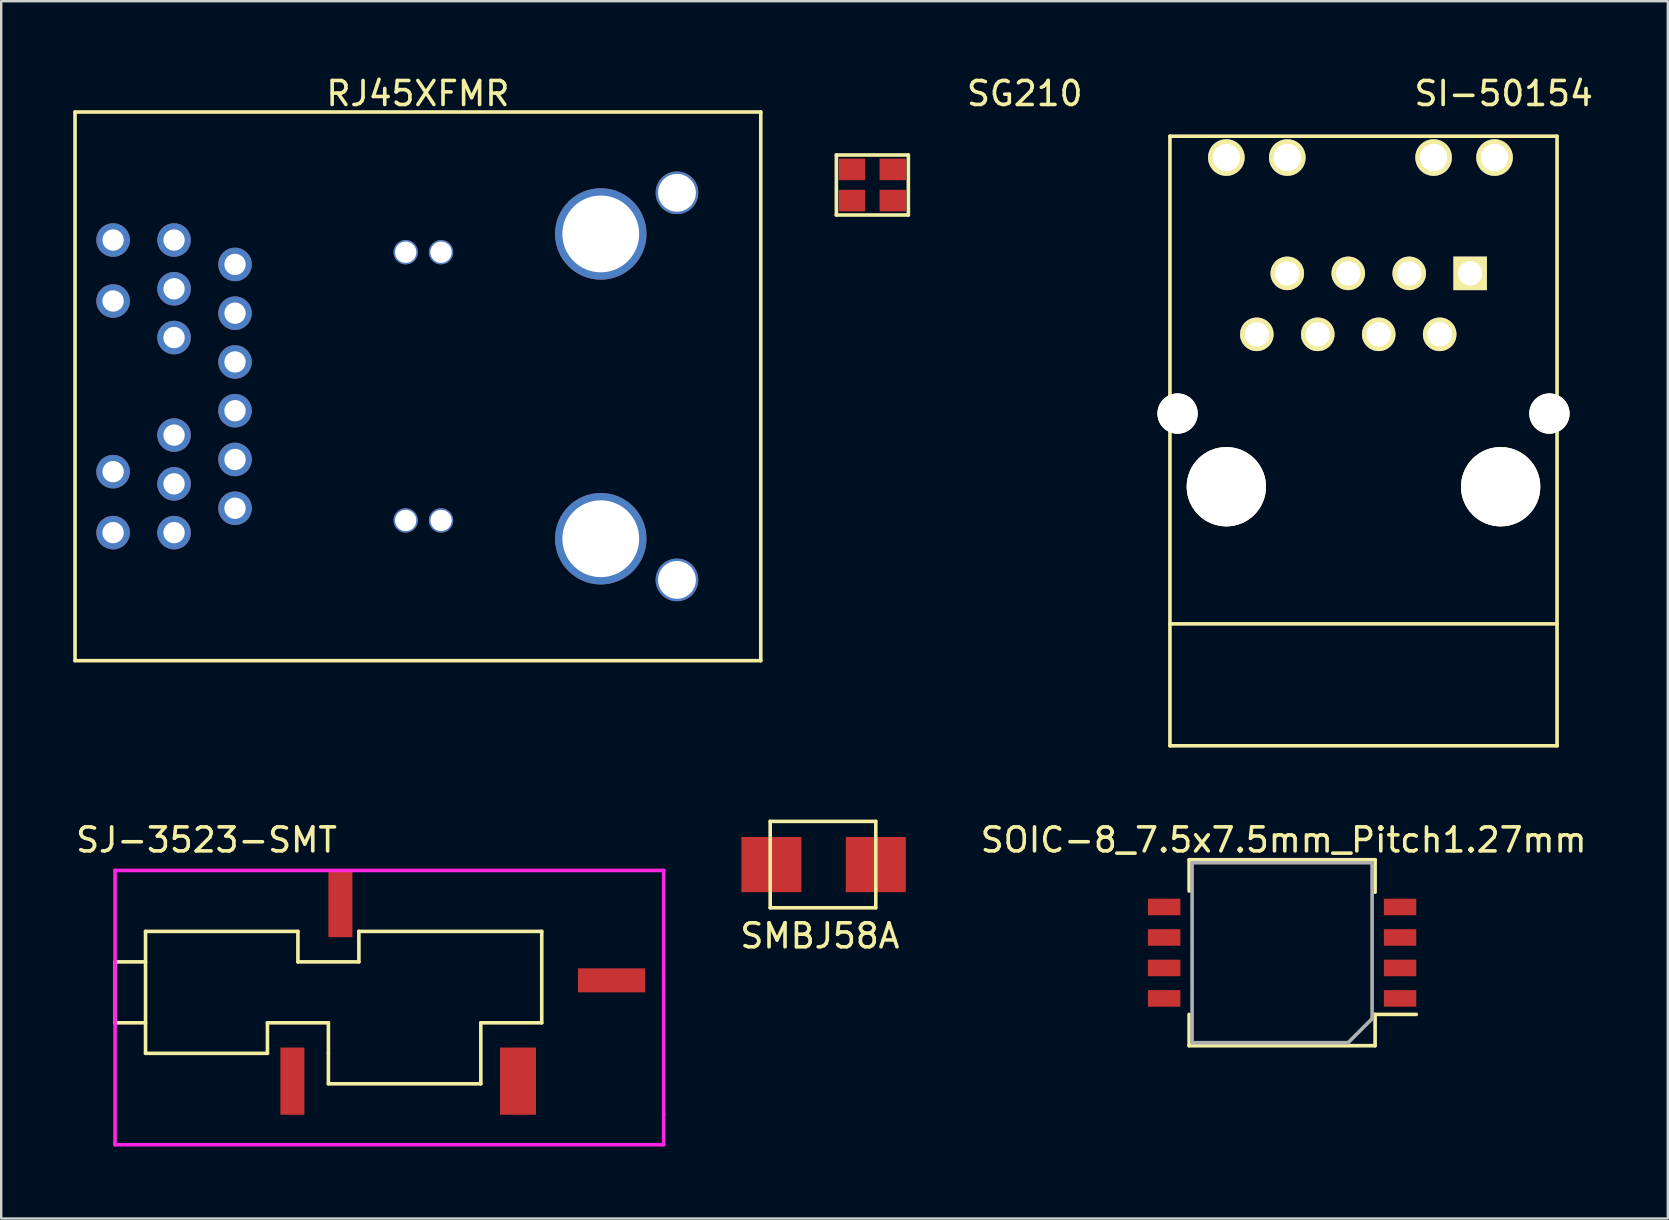
<source format=kicad_pcb>
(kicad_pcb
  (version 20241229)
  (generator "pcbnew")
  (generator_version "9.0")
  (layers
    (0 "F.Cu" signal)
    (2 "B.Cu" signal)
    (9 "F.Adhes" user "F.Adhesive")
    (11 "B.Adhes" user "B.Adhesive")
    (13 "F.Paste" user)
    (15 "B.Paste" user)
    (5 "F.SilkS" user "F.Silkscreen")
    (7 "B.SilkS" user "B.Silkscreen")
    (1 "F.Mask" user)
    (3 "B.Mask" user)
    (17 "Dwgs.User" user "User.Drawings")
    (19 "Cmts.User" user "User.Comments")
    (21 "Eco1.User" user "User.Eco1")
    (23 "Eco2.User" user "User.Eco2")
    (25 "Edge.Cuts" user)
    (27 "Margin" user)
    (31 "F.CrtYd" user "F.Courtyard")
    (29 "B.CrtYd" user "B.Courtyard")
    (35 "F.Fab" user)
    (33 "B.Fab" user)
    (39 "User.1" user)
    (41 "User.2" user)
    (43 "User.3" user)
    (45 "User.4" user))
  (footprint "RJ45XFMR"
    (layer "F.Cu")
    (at 14.363 13.048)
    (property "Reference" "RJ45XFMR" (at 0 -12.2 0) (layer "F.SilkS") (effects (font (size 1 1) (thickness 0.15))))
    (attr through_hole)
    (fp_line (start -14.287 -11.43) (end 14.287 -11.43) (stroke (width 0.15) (type solid)) (layer "F.SilkS"))
    (fp_line (start -14.287 11.43) (end -14.287 -11.43) (stroke (width 0.15) (type solid)) (layer "F.SilkS"))
    (fp_line (start -14.287 11.43) (end 14.287 11.43) (stroke (width 0.15) (type solid)) (layer "F.SilkS"))
    (fp_line (start 14.287 -11.43) (end 14.287 11.43) (stroke (width 0.15) (type solid)) (layer "F.SilkS"))
    (pad "1" thru_hole circle (at -7.62 -5.08) (size 1.397 1.397) (drill 0.889) (layers "*.Cu" "*.Mask"))
    (pad "2" thru_hole circle (at -7.62 -3.048) (size 1.397 1.397) (drill 0.889) (layers "*.Cu" "*.Mask"))
    (pad "3" thru_hole circle (at -7.62 -1.016) (size 1.397 1.397) (drill 0.889) (layers "*.Cu" "*.Mask"))
    (pad "4" thru_hole circle (at -7.62 1.016) (size 1.397 1.397) (drill 0.889) (layers "*.Cu" "*.Mask"))
    (pad "5" thru_hole circle (at -7.62 3.048) (size 1.397 1.397) (drill 0.889) (layers "*.Cu" "*.Mask"))
    (pad "6" thru_hole circle (at -7.62 5.08) (size 1.397 1.397) (drill 0.889) (layers "*.Cu" "*.Mask"))
    (pad "7" thru_hole circle (at -10.16 -6.096) (size 1.397 1.397) (drill 0.889) (layers "*.Cu" "*.Mask"))
    (pad "8" thru_hole circle (at -10.16 -4.064) (size 1.397 1.397) (drill 0.889) (layers "*.Cu" "*.Mask"))
    (pad "9" thru_hole circle (at -10.16 -2.032) (size 1.397 1.397) (drill 0.889) (layers "*.Cu" "*.Mask"))
    (pad "10" thru_hole circle (at -10.16 2.032) (size 1.397 1.397) (drill 0.889) (layers "*.Cu" "*.Mask"))
    (pad "11" thru_hole circle (at -10.16 4.064) (size 1.397 1.397) (drill 0.889) (layers "*.Cu" "*.Mask"))
    (pad "12" thru_hole circle (at -10.16 6.096) (size 1.397 1.397) (drill 0.889) (layers "*.Cu" "*.Mask"))
    (pad "13" thru_hole circle (at -12.7 -6.096) (size 1.397 1.397) (drill 0.889) (layers "*.Cu" "*.Mask"))
    (pad "14" thru_hole circle (at -12.7 -3.556) (size 1.397 1.397) (drill 0.889) (layers "*.Cu" "*.Mask"))
    (pad "15" thru_hole circle (at -12.7 3.556) (size 1.397 1.397) (drill 0.889) (layers "*.Cu" "*.Mask"))
    (pad "16" thru_hole circle (at -12.7 6.096) (size 1.397 1.397) (drill 0.889) (layers "*.Cu" "*.Mask"))
    (pad "17" thru_hole circle (at -0.508 -5.588) (size 1.016 1.016) (drill 0.889) (layers "*.Cu" "*.Mask"))
    (pad "18" thru_hole circle (at -0.508 5.588) (size 1.016 1.016) (drill 0.889) (layers "*.Cu" "*.Mask"))
    (pad "19" thru_hole circle (at 0.965 -5.588) (size 1.016 1.016) (drill 0.889) (layers "*.Cu" "*.Mask"))
    (pad "20" thru_hole circle (at 0.965 5.588) (size 1.016 1.016) (drill 0.889) (layers "*.Cu" "*.Mask"))
    (pad "22" thru_hole circle (at 7.62 -6.35) (size 3.81 3.81) (drill 3.2) (layers "*.Cu" "*.Mask"))
    (pad "22" thru_hole circle (at 7.62 6.35) (size 3.81 3.81) (drill 3.2) (layers "*.Cu" "*.Mask"))
    (pad "22" thru_hole circle (at 10.795 -8.065) (size 1.778 1.778) (drill 1.575) (layers "*.Cu" "*.Mask"))
    (pad "22" thru_hole circle (at 10.795 8.065) (size 1.778 1.778) (drill 1.575) (layers "*.Cu" "*.Mask")))
  (footprint "SG210"
    (layer "F.Cu")
    (at 33.3 4.658)
    (property "Reference" "SG210" (at 6.35 -3.81 0) (layer "F.SilkS") (effects (font (size 1 1) (thickness 0.15))))
    (attr through_hole)
    (fp_line (start -1.5 -1.25) (end -1.5 1.25) (stroke (width 0.15) (type solid)) (layer "F.SilkS"))
    (fp_line (start -1.5 -1.25) (end 1.5 -1.25) (stroke (width 0.15) (type solid)) (layer "F.SilkS"))
    (fp_line (start 1.5 -1.25) (end 1.5 1.25) (stroke (width 0.15) (type solid)) (layer "F.SilkS"))
    (fp_line (start 1.5 1.25) (end -1.5 1.25) (stroke (width 0.15) (type solid)) (layer "F.SilkS"))
    (pad "1" smd rect (at -0.85 0.65) (size 1.1 0.9) (layers "F.Cu" "F.Mask" "F.Paste"))
    (pad "2" smd rect (at 0.85 0.65) (size 1.1 0.9) (layers "F.Cu" "F.Mask" "F.Paste"))
    (pad "3" smd rect (at 0.85 -0.65) (size 1.1 0.9) (layers "F.Cu" "F.Mask" "F.Paste"))
    (pad "4" smd rect (at -0.85 -0.65) (size 1.1 0.9) (layers "F.Cu" "F.Mask" "F.Paste")))
  (footprint "SMBJ58A"
    (layer "F.Cu")
    (at 31.243 32.976)
    (property "Reference" "SMBJ58A" (at -0.13 2.97 0) (layer "F.SilkS") (effects (font (size 1 1) (thickness 0.15))))
    (attr through_hole)
    (fp_line (start -2.2 -1.8) (end 2.2 -1.8) (stroke (width 0.15) (type solid)) (layer "F.SilkS"))
    (fp_line (start -2.2 1.8) (end -2.2 -1.8) (stroke (width 0.15) (type solid)) (layer "F.SilkS"))
    (fp_line (start 2.2 -1.8) (end 2.2 1.8) (stroke (width 0.15) (type solid)) (layer "F.SilkS"))
    (fp_line (start 2.2 1.8) (end -2.2 1.8) (stroke (width 0.15) (type solid)) (layer "F.SilkS"))
    (pad "1" connect rect (at 2.2 0) (size 2.5 2.3) (layers "F.Cu" "F.Mask"))
    (pad "2" connect rect (at -2.15 0) (size 2.5 2.3) (layers "F.Cu" "F.Mask")))
  (footprint "SI-50154"
    (layer "F.Cu")
    (at 53.765 15.326)
    (property "Reference" "SI-50154" (at 5.842 -14.478 0) (layer "F.SilkS") (effects (font (size 1 1) (thickness 0.15))))
    (attr through_hole)
    (fp_line (start -8.065 -12.7) (end -8.065 12.7) (stroke (width 0.15) (type solid)) (layer "F.SilkS"))
    (fp_line (start 8.065 -12.7) (end -8.065 -12.7) (stroke (width 0.15) (type solid)) (layer "F.SilkS"))
    (fp_line (start 8.065 -12.7) (end 8.065 12.7) (stroke (width 0.15) (type solid)) (layer "F.SilkS"))
    (fp_line (start 8.065 7.62) (end -8.065 7.62) (stroke (width 0.15) (type solid)) (layer "F.SilkS"))
    (fp_line (start 8.065 12.7) (end -8.065 12.7) (stroke (width 0.15) (type solid)) (layer "F.SilkS"))
    (pad "" thru_hole circle (at -7.747 -1.143) (size 1.676 1.676) (drill 1.676) (layers "*.Cu" "*.Mask" "F.SilkS"))
    (pad "" thru_hole circle (at -5.715 1.905) (size 3.302 3.302) (drill 3.302) (layers "*.Cu" "*.Mask" "F.SilkS"))
    (pad "" thru_hole circle (at 5.715 1.905) (size 3.302 3.302) (drill 3.302) (layers "*.Cu" "*.Mask" "F.SilkS"))
    (pad "" thru_hole circle (at 7.747 -1.143) (size 1.676 1.676) (drill 1.676) (layers "*.Cu" "*.Mask" "F.SilkS"))
    (pad "1" thru_hole rect (at 4.445 -6.985) (size 1.397 1.397) (drill 1.016) (layers "*.Cu" "*.Mask" "F.SilkS"))
    (pad "2" thru_hole circle (at 3.175 -4.445) (size 1.397 1.397) (drill 1.016) (layers "*.Cu" "*.Mask" "F.SilkS"))
    (pad "3" thru_hole circle (at 1.905 -6.985) (size 1.397 1.397) (drill 1.016) (layers "*.Cu" "*.Mask" "F.SilkS"))
    (pad "4" thru_hole circle (at 0.635 -4.445) (size 1.397 1.397) (drill 1.016) (layers "*.Cu" "*.Mask" "F.SilkS"))
    (pad "5" thru_hole circle (at -0.635 -6.985) (size 1.397 1.397) (drill 1.016) (layers "*.Cu" "*.Mask" "F.SilkS"))
    (pad "6" thru_hole circle (at -1.905 -4.445) (size 1.397 1.397) (drill 1.016) (layers "*.Cu" "*.Mask" "F.SilkS"))
    (pad "7" thru_hole circle (at -3.175 -6.985) (size 1.397 1.397) (drill 1.016) (layers "*.Cu" "*.Mask" "F.SilkS"))
    (pad "8" thru_hole circle (at -4.445 -4.445) (size 1.397 1.397) (drill 1.016) (layers "*.Cu" "*.Mask" "F.SilkS"))
    (pad "9" thru_hole circle (at 5.461 -11.811) (size 1.524 1.524) (drill 1.143) (layers "*.Cu" "*.Mask" "F.SilkS"))
    (pad "10" thru_hole circle (at 2.921 -11.811) (size 1.524 1.524) (drill 1.143) (layers "*.Cu" "*.Mask" "F.SilkS"))
    (pad "11" thru_hole circle (at -3.175 -11.811) (size 1.524 1.524) (drill 1.143) (layers "*.Cu" "*.Mask" "F.SilkS"))
    (pad "12" thru_hole circle (at -5.715 -11.811) (size 1.524 1.524) (drill 1.143) (layers "*.Cu" "*.Mask" "F.SilkS")))
  (footprint "SOIC-8_7.5x7.5mm_Pitch1.27mm"
    (layer "F.Cu")
    (at 50.374 36.648)
    (property "Reference" "SOIC-8_7.5x7.5mm_Pitch1.27mm" (at 0.064 -4.699 0) (layer "F.SilkS") (effects (font (size 1 1) (thickness 0.15))))
    (attr through_hole)
    (fp_line (start -3.875 -3.875) (end -3.875 -2.57) (stroke (width 0.15) (type solid)) (layer "F.SilkS"))
    (fp_line (start -3.875 3.875) (end -3.875 2.57) (stroke (width 0.15) (type solid)) (layer "F.SilkS"))
    (fp_line (start 3.875 -3.875) (end -3.875 -3.875) (stroke (width 0.15) (type solid)) (layer "F.SilkS"))
    (fp_line (start 3.875 -3.875) (end 3.875 -2.52) (stroke (width 0.15) (type solid)) (layer "F.SilkS"))
    (fp_line (start 3.875 2.57) (end 5.59 2.57) (stroke (width 0.15) (type solid)) (layer "F.SilkS"))
    (fp_line (start 3.875 3.875) (end -3.875 3.875) (stroke (width 0.15) (type solid)) (layer "F.SilkS"))
    (fp_line (start 3.875 3.875) (end 3.875 2.57) (stroke (width 0.15) (type solid)) (layer "F.SilkS"))
    (fp_line (start -3.75 -3.75) (end -3.75 3.75) (stroke (width 0.15) (type solid)) (layer "F.Fab"))
    (fp_line (start -3.75 -3.75) (end 3.75 -3.75) (stroke (width 0.15) (type solid)) (layer "F.Fab"))
    (fp_line (start 2.75 3.75) (end -3.75 3.75) (stroke (width 0.15) (type solid)) (layer "F.Fab"))
    (fp_line (start 2.75 3.75) (end 3.75 2.75) (stroke (width 0.15) (type solid)) (layer "F.Fab"))
    (fp_line (start 3.75 -3.75) (end 3.75 2.75) (stroke (width 0.15) (type solid)) (layer "F.Fab"))
    (pad "1" smd rect (at 4.915 1.905) (size 1.35 0.69) (layers "F.Cu" "F.Mask" "F.Paste"))
    (pad "2" smd rect (at 4.915 0.635) (size 1.35 0.69) (layers "F.Cu" "F.Mask" "F.Paste"))
    (pad "3" smd rect (at 4.915 -0.635) (size 1.35 0.69) (layers "F.Cu" "F.Mask" "F.Paste"))
    (pad "4" smd rect (at 4.915 -1.905) (size 1.35 0.69) (layers "F.Cu" "F.Mask" "F.Paste"))
    (pad "5" smd rect (at -4.915 -1.905) (size 1.35 0.69) (layers "F.Cu" "F.Mask" "F.Paste"))
    (pad "6" smd rect (at -4.915 -0.635) (size 1.35 0.69) (layers "F.Cu" "F.Mask" "F.Paste"))
    (pad "7" smd rect (at -4.915 0.635) (size 1.35 0.69) (layers "F.Cu" "F.Mask" "F.Paste"))
    (pad "8" smd rect (at -4.915 1.905) (size 1.35 0.69) (layers "F.Cu" "F.Mask" "F.Paste")))
  (footprint "SJ-3523-SMT"
    (layer "F.Cu")
    (at 10.634 38.3)
    (property "Reference" "SJ-3523-SMT" (at -5.08 -6.35 0) (layer "F.SilkS") (effects (font (size 1 1) (thickness 0.15))))
    (attr through_hole)
    (fp_line (start -8.89 -1.27) (end -8.89 1.27) (stroke (width 0.15) (type solid)) (layer "F.SilkS"))
    (fp_line (start -8.89 1.27) (end -7.62 1.27) (stroke (width 0.15) (type solid)) (layer "F.SilkS"))
    (fp_line (start -7.62 -2.54) (end -7.62 2.54) (stroke (width 0.15) (type solid)) (layer "F.SilkS"))
    (fp_line (start -7.62 -1.27) (end -8.89 -1.27) (stroke (width 0.15) (type solid)) (layer "F.SilkS"))
    (fp_line (start -7.62 2.54) (end -2.54 2.54) (stroke (width 0.15) (type solid)) (layer "F.SilkS"))
    (fp_line (start -2.54 1.27) (end 0 1.27) (stroke (width 0.15) (type solid)) (layer "F.SilkS"))
    (fp_line (start -2.54 2.54) (end -2.54 1.27) (stroke (width 0.15) (type solid)) (layer "F.SilkS"))
    (fp_line (start -1.27 -2.54) (end -7.62 -2.54) (stroke (width 0.15) (type solid)) (layer "F.SilkS"))
    (fp_line (start -1.27 -1.27) (end -1.27 -2.54) (stroke (width 0.15) (type solid)) (layer "F.SilkS"))
    (fp_line (start 0 1.27) (end 0 2.54) (stroke (width 0.15) (type solid)) (layer "F.SilkS"))
    (fp_line (start 0 2.54) (end 0 3.81) (stroke (width 0.15) (type solid)) (layer "F.SilkS"))
    (fp_line (start 0 3.81) (end 6.35 3.81) (stroke (width 0.15) (type solid)) (layer "F.SilkS"))
    (fp_line (start 1.27 -2.54) (end 1.27 -1.27) (stroke (width 0.15) (type solid)) (layer "F.SilkS"))
    (fp_line (start 1.27 -1.27) (end -1.27 -1.27) (stroke (width 0.15) (type solid)) (layer "F.SilkS"))
    (fp_line (start 6.35 1.27) (end 8.89 1.27) (stroke (width 0.15) (type solid)) (layer "F.SilkS"))
    (fp_line (start 6.35 3.81) (end 6.35 1.27) (stroke (width 0.15) (type solid)) (layer "F.SilkS"))
    (fp_line (start 8.89 -2.54) (end 1.27 -2.54) (stroke (width 0.15) (type solid)) (layer "F.SilkS"))
    (fp_line (start 8.89 1.27) (end 8.89 -2.54) (stroke (width 0.15) (type solid)) (layer "F.SilkS"))
    (fp_line (start -8.89 -5.08) (end 13.97 -5.08) (stroke (width 0.15) (type solid)) (layer "F.CrtYd"))
    (fp_line (start -8.89 6.35) (end -8.89 -5.08) (stroke (width 0.15) (type solid)) (layer "F.CrtYd"))
    (fp_line (start 13.97 -5.08) (end 13.97 5.08) (stroke (width 0.15) (type solid)) (layer "F.CrtYd"))
    (fp_line (start 13.97 5.08) (end 13.97 6.35) (stroke (width 0.15) (type solid)) (layer "F.CrtYd"))
    (fp_line (start 13.97 6.35) (end -8.89 6.35) (stroke (width 0.15) (type solid)) (layer "F.CrtYd"))
    (pad "1" smd rect (at -1.5 3.7) (size 1 2.8) (layers "F.Cu" "F.Mask" "F.Paste"))
    (pad "2" smd rect (at 7.9 3.7) (size 1.5 2.8) (layers "F.Cu" "F.Mask" "F.Paste"))
    (pad "3" smd rect (at 0.5 -3.7) (size 1 2.8) (layers "F.Cu" "F.Mask" "F.Paste"))
    (pad "4" smd rect (at 11.8 -0.5 270) (size 1 2.8) (layers "F.Cu" "F.Mask" "F.Paste")))
  (gr_rect
    (start -3 -3)
    (end 66.446 47.724)
    (stroke (width 0.1) (type default))
    (fill no)
    (layer "Edge.Cuts")))
</source>
